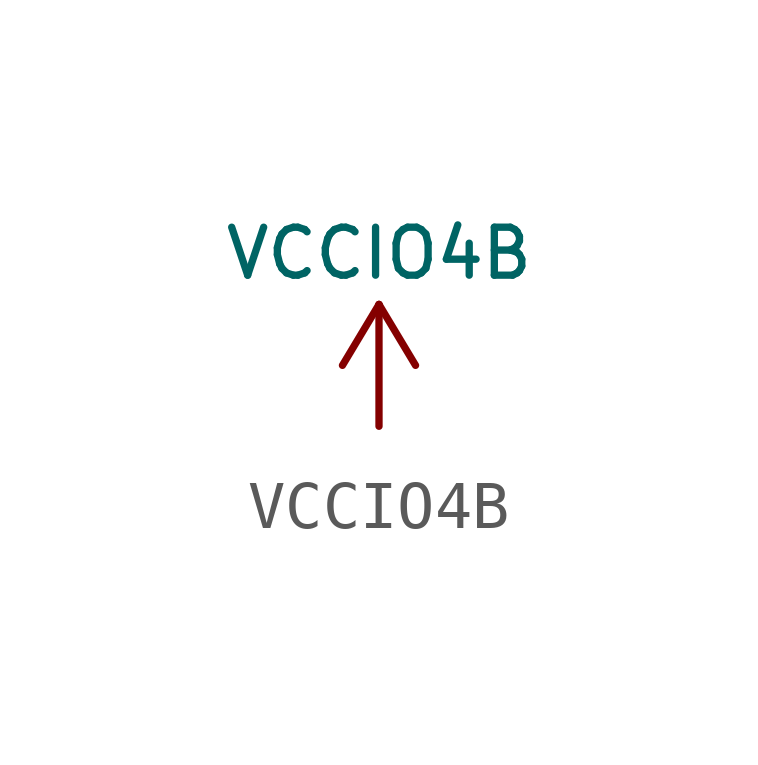
<source format=kicad_sym>
(kicad_symbol_lib
  (version 20241209)
  (generator "kicad_symbol_editor")
  (generator_version "9.0")
  (symbol "VCCIO4B"
    (power)
    (pin_names
      (offset 0))
    (property "Reference" "#PWR?"
      (at 0 -3.81 0)
      (effects (font (size 1.27 1.27)) (hide yes)))
    (property "Value" "VCCIO4B"
      (at 0 3.605 0)
      (effects (font (size 1 1))))
    (symbol "VCCIO4B_0_1"
      (polyline (pts (xy -0.762 1.27) (xy 0 2.54)) (stroke (width 0) (type default)) (fill (type none)))
      (polyline (pts (xy 0 2.54) (xy 0.762 1.27)) (stroke (width 0) (type default)) (fill (type none)))
      (polyline (pts (xy 0 0) (xy 0 2.54)) (stroke (width 0) (type default)) (fill (type none))))
    (symbol "VCCIO4B_1_1"
      (pin power_in line (at 0 0 90) (length 0) (hide yes) (name "VCCIO4B" (effects (font (size 1.27 1.27)))) (number "1" (effects (font (size 1.27 1.27))))))))
</source>
